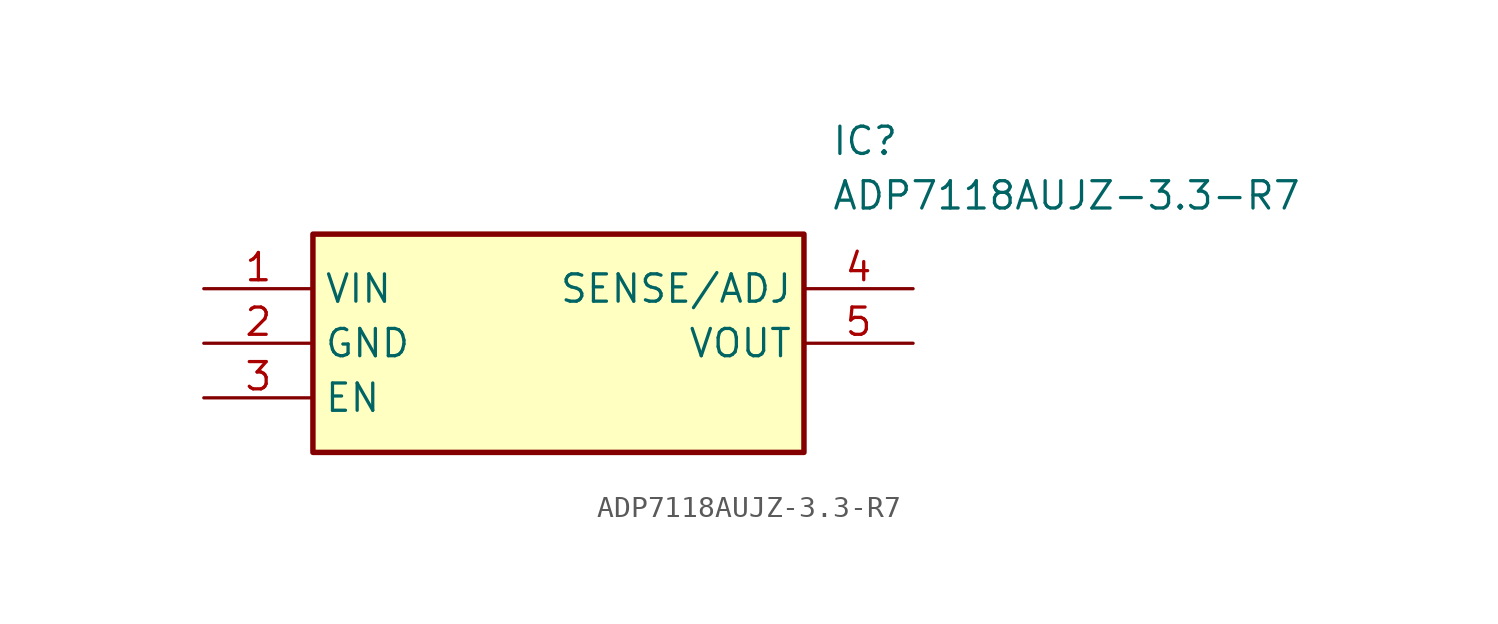
<source format=kicad_sym>
(kicad_symbol_lib
  (version 20211014)
  (generator SamacSys_ECAD_Model)
  (symbol "ADP7118AUJZ-3.3-R7"
    (property "Reference" "IC"
      (at 29.21 7.62 0)
      (effects (font (size 1.27 1.27)) (justify left top)))
    (property "Value" "ADP7118AUJZ-3.3-R7"
      (at 29.21 5.08 0)
      (effects (font (size 1.27 1.27)) (justify left top)))
    (rectangle
      (start 5.08 2.54)
      (end 27.94 -7.62)
      (stroke (width 0.254) (type default))
      (fill (type background)))
    (pin passive line
      (at 0 0 0)
      (length 5.08)
      (name "VIN" (effects (font (size 1.27 1.27))))
      (number "1" (effects (font (size 1.27 1.27)))))
    (pin passive line
      (at 0 -2.54 0)
      (length 5.08)
      (name "GND" (effects (font (size 1.27 1.27))))
      (number "2" (effects (font (size 1.27 1.27)))))
    (pin passive line
      (at 0 -5.08 0)
      (length 5.08)
      (name "EN" (effects (font (size 1.27 1.27))))
      (number "3" (effects (font (size 1.27 1.27)))))
    (pin passive line
      (at 33.02 0 180)
      (length 5.08)
      (name "SENSE/ADJ" (effects (font (size 1.27 1.27))))
      (number "4" (effects (font (size 1.27 1.27)))))
    (pin passive line
      (at 33.02 -2.54 180)
      (length 5.08)
      (name "VOUT" (effects (font (size 1.27 1.27))))
      (number "5" (effects (font (size 1.27 1.27)))))))
</source>
